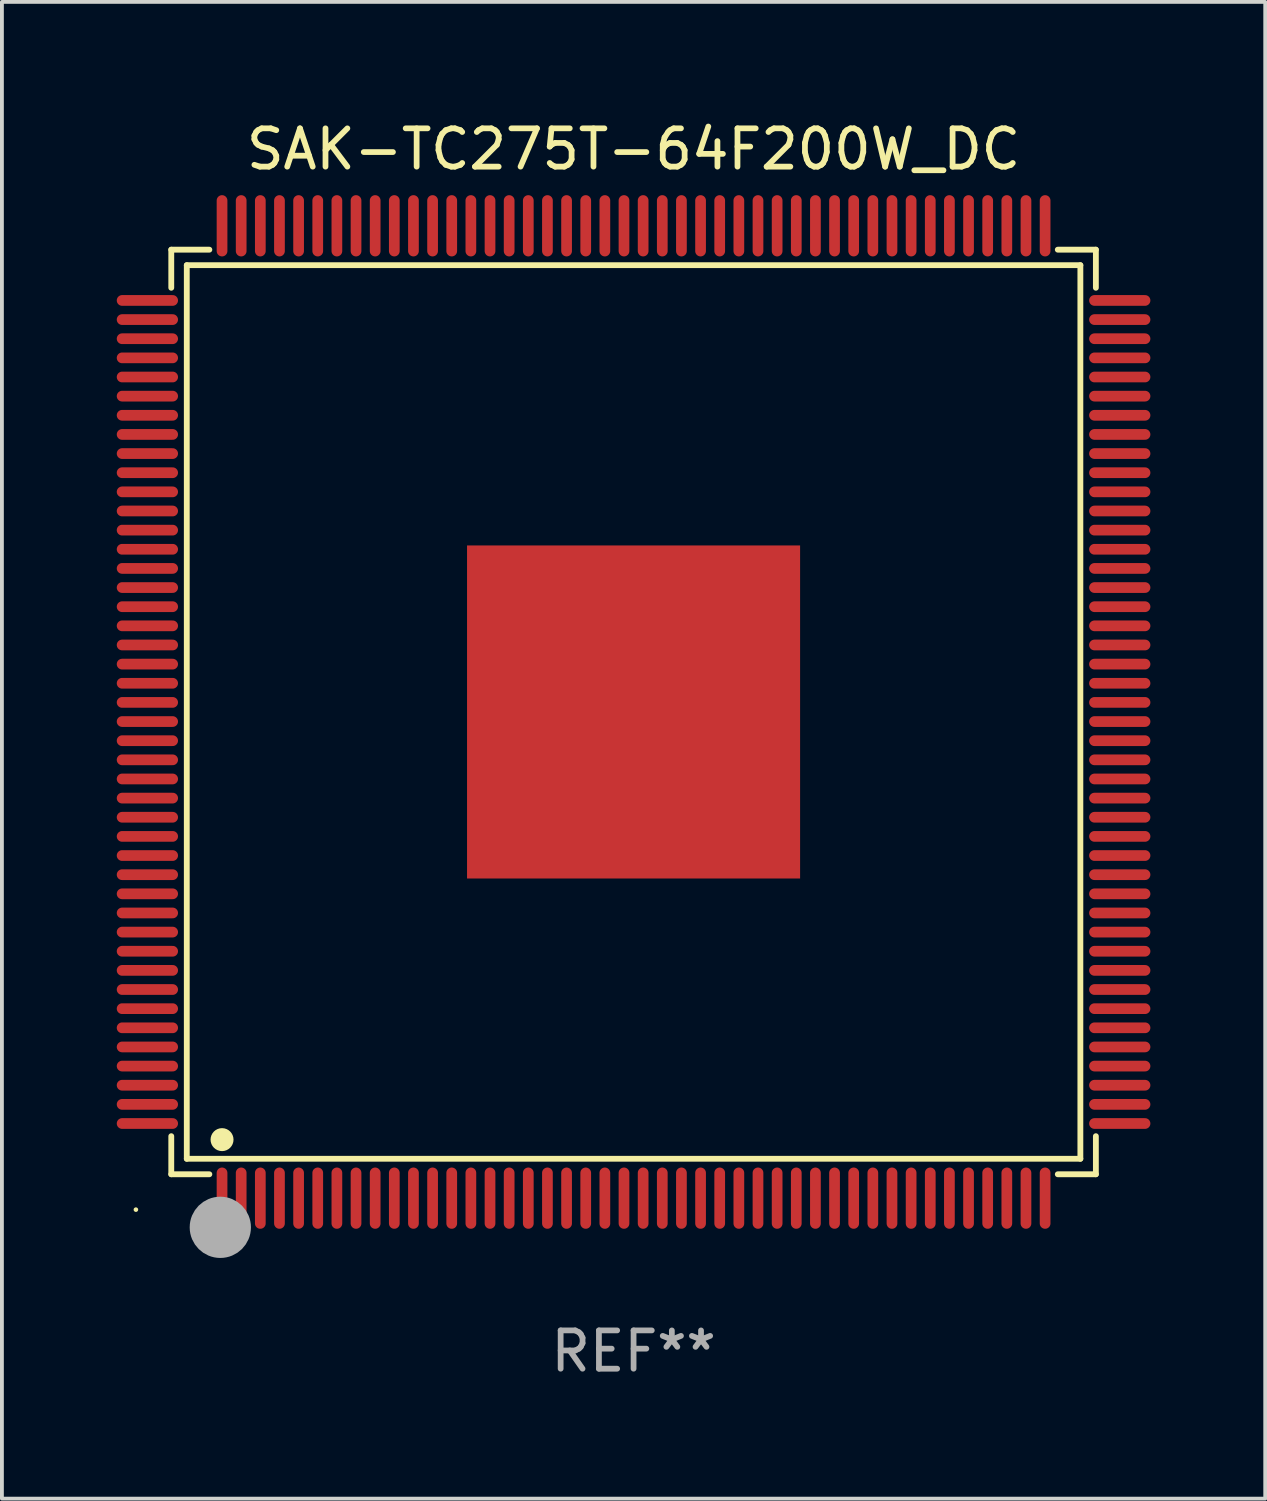
<source format=kicad_pcb>
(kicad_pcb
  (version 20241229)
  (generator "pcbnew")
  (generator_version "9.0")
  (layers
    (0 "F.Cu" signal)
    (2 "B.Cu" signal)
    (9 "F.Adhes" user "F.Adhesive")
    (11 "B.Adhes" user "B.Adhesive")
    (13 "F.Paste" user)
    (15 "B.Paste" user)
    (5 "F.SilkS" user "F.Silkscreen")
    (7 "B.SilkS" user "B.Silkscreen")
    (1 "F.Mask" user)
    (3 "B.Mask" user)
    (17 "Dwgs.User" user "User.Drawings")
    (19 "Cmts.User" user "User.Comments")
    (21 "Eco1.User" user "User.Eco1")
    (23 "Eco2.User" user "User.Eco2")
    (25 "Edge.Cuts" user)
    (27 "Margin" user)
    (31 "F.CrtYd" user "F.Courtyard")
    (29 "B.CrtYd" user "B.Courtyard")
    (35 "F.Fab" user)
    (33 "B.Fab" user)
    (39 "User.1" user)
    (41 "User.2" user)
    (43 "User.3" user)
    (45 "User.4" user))
  (footprint "SAK-TC275T-64F200W_DC"
    (layer "F.Cu")
    (at 13.5 15.548)
    (property "Reference" "SAK-TC275T-64F200W_DC" (at 0 -14.7 0) (layer "F.SilkS") (effects (font (size 1 1) (thickness 0.15))))
    (attr through_hole)
    (fp_line (start -12.076 -12.076) (end -11.081 -12.076) (stroke (width 0.152) (type solid)) (layer "F.SilkS"))
    (fp_line (start -12.076 -11.081) (end -12.076 -12.076) (stroke (width 0.152) (type solid)) (layer "F.SilkS"))
    (fp_line (start -12.076 11.081) (end -12.076 12.076) (stroke (width 0.152) (type solid)) (layer "F.SilkS"))
    (fp_line (start -12.076 12.076) (end -11.081 12.076) (stroke (width 0.152) (type solid)) (layer "F.SilkS"))
    (fp_line (start -11.671 -11.671) (end 11.671 -11.671) (stroke (width 0.152) (type solid)) (layer "F.SilkS"))
    (fp_line (start -11.671 11.671) (end -11.671 -11.671) (stroke (width 0.152) (type solid)) (layer "F.SilkS"))
    (fp_line (start 11.671 -11.671) (end 11.671 11.671) (stroke (width 0.152) (type solid)) (layer "F.SilkS"))
    (fp_line (start 11.671 11.671) (end -11.671 11.671) (stroke (width 0.152) (type solid)) (layer "F.SilkS"))
    (fp_line (start 12.076 -12.076) (end 11.081 -12.076) (stroke (width 0.152) (type solid)) (layer "F.SilkS"))
    (fp_line (start 12.076 -11.081) (end 12.076 -12.076) (stroke (width 0.152) (type solid)) (layer "F.SilkS"))
    (fp_line (start 12.076 11.081) (end 12.076 12.076) (stroke (width 0.152) (type solid)) (layer "F.SilkS"))
    (fp_line (start 12.076 12.076) (end 11.081 12.076) (stroke (width 0.152) (type solid)) (layer "F.SilkS"))
    (fp_circle (center -13 13) (end -12.97 13) (stroke (width 0.06) (type solid)) (fill no) (layer "F.SilkS"))
    (fp_circle (center -10.75 11.171) (end -10.6 11.171) (stroke (width 0.3) (type solid)) (fill no) (layer "F.SilkS"))
    (fp_circle (center -10.75 13.8) (end -10.65 13.8) (stroke (width 0.2) (type solid)) (fill no) (layer "F.SilkS"))
    (fp_circle (center -10.795 13.462) (end -10.395 13.462) (stroke (width 0.8) (type solid)) (fill no) (layer "F.Fab"))
    (fp_text user "REF**" (at 0 16.7 0) (layer "F.Fab") (effects (font (size 1 1) (thickness 0.15))))
    (pad "1" smd oval (at -10.75 12.7) (size 0.28 1.6) (layers "F.Cu" "F.Mask" "F.Paste"))
    (pad "2" smd oval (at -10.25 12.7) (size 0.28 1.6) (layers "F.Cu" "F.Mask" "F.Paste"))
    (pad "3" smd oval (at -9.75 12.7) (size 0.28 1.6) (layers "F.Cu" "F.Mask" "F.Paste"))
    (pad "4" smd oval (at -9.25 12.7) (size 0.28 1.6) (layers "F.Cu" "F.Mask" "F.Paste"))
    (pad "5" smd oval (at -8.75 12.7) (size 0.28 1.6) (layers "F.Cu" "F.Mask" "F.Paste"))
    (pad "6" smd oval (at -8.25 12.7) (size 0.28 1.6) (layers "F.Cu" "F.Mask" "F.Paste"))
    (pad "7" smd oval (at -7.75 12.7) (size 0.28 1.6) (layers "F.Cu" "F.Mask" "F.Paste"))
    (pad "8" smd oval (at -7.25 12.7) (size 0.28 1.6) (layers "F.Cu" "F.Mask" "F.Paste"))
    (pad "9" smd oval (at -6.75 12.7) (size 0.28 1.6) (layers "F.Cu" "F.Mask" "F.Paste"))
    (pad "10" smd oval (at -6.25 12.7) (size 0.28 1.6) (layers "F.Cu" "F.Mask" "F.Paste"))
    (pad "11" smd oval (at -5.75 12.7) (size 0.28 1.6) (layers "F.Cu" "F.Mask" "F.Paste"))
    (pad "12" smd oval (at -5.25 12.7) (size 0.28 1.6) (layers "F.Cu" "F.Mask" "F.Paste"))
    (pad "13" smd oval (at -4.75 12.7) (size 0.28 1.6) (layers "F.Cu" "F.Mask" "F.Paste"))
    (pad "14" smd oval (at -4.25 12.7) (size 0.28 1.6) (layers "F.Cu" "F.Mask" "F.Paste"))
    (pad "15" smd oval (at -3.75 12.7) (size 0.28 1.6) (layers "F.Cu" "F.Mask" "F.Paste"))
    (pad "16" smd oval (at -3.25 12.7) (size 0.28 1.6) (layers "F.Cu" "F.Mask" "F.Paste"))
    (pad "17" smd oval (at -2.75 12.7) (size 0.28 1.6) (layers "F.Cu" "F.Mask" "F.Paste"))
    (pad "18" smd oval (at -2.25 12.7) (size 0.28 1.6) (layers "F.Cu" "F.Mask" "F.Paste"))
    (pad "19" smd oval (at -1.75 12.7) (size 0.28 1.6) (layers "F.Cu" "F.Mask" "F.Paste"))
    (pad "20" smd oval (at -1.25 12.7) (size 0.28 1.6) (layers "F.Cu" "F.Mask" "F.Paste"))
    (pad "21" smd oval (at -0.75 12.7) (size 0.28 1.6) (layers "F.Cu" "F.Mask" "F.Paste"))
    (pad "22" smd oval (at -0.25 12.7) (size 0.28 1.6) (layers "F.Cu" "F.Mask" "F.Paste"))
    (pad "23" smd oval (at 0.25 12.7) (size 0.28 1.6) (layers "F.Cu" "F.Mask" "F.Paste"))
    (pad "24" smd oval (at 0.75 12.7) (size 0.28 1.6) (layers "F.Cu" "F.Mask" "F.Paste"))
    (pad "25" smd oval (at 1.25 12.7) (size 0.28 1.6) (layers "F.Cu" "F.Mask" "F.Paste"))
    (pad "26" smd oval (at 1.75 12.7) (size 0.28 1.6) (layers "F.Cu" "F.Mask" "F.Paste"))
    (pad "27" smd oval (at 2.25 12.7) (size 0.28 1.6) (layers "F.Cu" "F.Mask" "F.Paste"))
    (pad "28" smd oval (at 2.75 12.7) (size 0.28 1.6) (layers "F.Cu" "F.Mask" "F.Paste"))
    (pad "29" smd oval (at 3.25 12.7) (size 0.28 1.6) (layers "F.Cu" "F.Mask" "F.Paste"))
    (pad "30" smd oval (at 3.75 12.7) (size 0.28 1.6) (layers "F.Cu" "F.Mask" "F.Paste"))
    (pad "31" smd oval (at 4.25 12.7) (size 0.28 1.6) (layers "F.Cu" "F.Mask" "F.Paste"))
    (pad "32" smd oval (at 4.75 12.7) (size 0.28 1.6) (layers "F.Cu" "F.Mask" "F.Paste"))
    (pad "33" smd oval (at 5.25 12.7) (size 0.28 1.6) (layers "F.Cu" "F.Mask" "F.Paste"))
    (pad "34" smd oval (at 5.75 12.7) (size 0.28 1.6) (layers "F.Cu" "F.Mask" "F.Paste"))
    (pad "35" smd oval (at 6.25 12.7) (size 0.28 1.6) (layers "F.Cu" "F.Mask" "F.Paste"))
    (pad "36" smd oval (at 6.75 12.7) (size 0.28 1.6) (layers "F.Cu" "F.Mask" "F.Paste"))
    (pad "37" smd oval (at 7.25 12.7) (size 0.28 1.6) (layers "F.Cu" "F.Mask" "F.Paste"))
    (pad "38" smd oval (at 7.75 12.7) (size 0.28 1.6) (layers "F.Cu" "F.Mask" "F.Paste"))
    (pad "39" smd oval (at 8.25 12.7) (size 0.28 1.6) (layers "F.Cu" "F.Mask" "F.Paste"))
    (pad "40" smd oval (at 8.75 12.7) (size 0.28 1.6) (layers "F.Cu" "F.Mask" "F.Paste"))
    (pad "41" smd oval (at 9.25 12.7) (size 0.28 1.6) (layers "F.Cu" "F.Mask" "F.Paste"))
    (pad "42" smd oval (at 9.75 12.7) (size 0.28 1.6) (layers "F.Cu" "F.Mask" "F.Paste"))
    (pad "43" smd oval (at 10.25 12.7) (size 0.28 1.6) (layers "F.Cu" "F.Mask" "F.Paste"))
    (pad "44" smd oval (at 10.75 12.7) (size 0.28 1.6) (layers "F.Cu" "F.Mask" "F.Paste"))
    (pad "45" smd oval (at 12.7 10.75) (size 1.6 0.28) (layers "F.Cu" "F.Mask" "F.Paste"))
    (pad "46" smd oval (at 12.7 10.25) (size 1.6 0.28) (layers "F.Cu" "F.Mask" "F.Paste"))
    (pad "47" smd oval (at 12.7 9.75) (size 1.6 0.28) (layers "F.Cu" "F.Mask" "F.Paste"))
    (pad "48" smd oval (at 12.7 9.25) (size 1.6 0.28) (layers "F.Cu" "F.Mask" "F.Paste"))
    (pad "49" smd oval (at 12.7 8.75) (size 1.6 0.28) (layers "F.Cu" "F.Mask" "F.Paste"))
    (pad "50" smd oval (at 12.7 8.25) (size 1.6 0.28) (layers "F.Cu" "F.Mask" "F.Paste"))
    (pad "51" smd oval (at 12.7 7.75) (size 1.6 0.28) (layers "F.Cu" "F.Mask" "F.Paste"))
    (pad "52" smd oval (at 12.7 7.25) (size 1.6 0.28) (layers "F.Cu" "F.Mask" "F.Paste"))
    (pad "53" smd oval (at 12.7 6.75) (size 1.6 0.28) (layers "F.Cu" "F.Mask" "F.Paste"))
    (pad "54" smd oval (at 12.7 6.25) (size 1.6 0.28) (layers "F.Cu" "F.Mask" "F.Paste"))
    (pad "55" smd oval (at 12.7 5.75) (size 1.6 0.28) (layers "F.Cu" "F.Mask" "F.Paste"))
    (pad "56" smd oval (at 12.7 5.25) (size 1.6 0.28) (layers "F.Cu" "F.Mask" "F.Paste"))
    (pad "57" smd oval (at 12.7 4.75) (size 1.6 0.28) (layers "F.Cu" "F.Mask" "F.Paste"))
    (pad "58" smd oval (at 12.7 4.25) (size 1.6 0.28) (layers "F.Cu" "F.Mask" "F.Paste"))
    (pad "59" smd oval (at 12.7 3.75) (size 1.6 0.28) (layers "F.Cu" "F.Mask" "F.Paste"))
    (pad "60" smd oval (at 12.7 3.25) (size 1.6 0.28) (layers "F.Cu" "F.Mask" "F.Paste"))
    (pad "61" smd oval (at 12.7 2.75) (size 1.6 0.28) (layers "F.Cu" "F.Mask" "F.Paste"))
    (pad "62" smd oval (at 12.7 2.25) (size 1.6 0.28) (layers "F.Cu" "F.Mask" "F.Paste"))
    (pad "63" smd oval (at 12.7 1.75) (size 1.6 0.28) (layers "F.Cu" "F.Mask" "F.Paste"))
    (pad "64" smd oval (at 12.7 1.25) (size 1.6 0.28) (layers "F.Cu" "F.Mask" "F.Paste"))
    (pad "65" smd oval (at 12.7 0.75) (size 1.6 0.28) (layers "F.Cu" "F.Mask" "F.Paste"))
    (pad "66" smd oval (at 12.7 0.25) (size 1.6 0.28) (layers "F.Cu" "F.Mask" "F.Paste"))
    (pad "67" smd oval (at 12.7 -0.25) (size 1.6 0.28) (layers "F.Cu" "F.Mask" "F.Paste"))
    (pad "68" smd oval (at 12.7 -0.75) (size 1.6 0.28) (layers "F.Cu" "F.Mask" "F.Paste"))
    (pad "69" smd oval (at 12.7 -1.25) (size 1.6 0.28) (layers "F.Cu" "F.Mask" "F.Paste"))
    (pad "70" smd oval (at 12.7 -1.75) (size 1.6 0.28) (layers "F.Cu" "F.Mask" "F.Paste"))
    (pad "71" smd oval (at 12.7 -2.25) (size 1.6 0.28) (layers "F.Cu" "F.Mask" "F.Paste"))
    (pad "72" smd oval (at 12.7 -2.75) (size 1.6 0.28) (layers "F.Cu" "F.Mask" "F.Paste"))
    (pad "73" smd oval (at 12.7 -3.25) (size 1.6 0.28) (layers "F.Cu" "F.Mask" "F.Paste"))
    (pad "74" smd oval (at 12.7 -3.75) (size 1.6 0.28) (layers "F.Cu" "F.Mask" "F.Paste"))
    (pad "75" smd oval (at 12.7 -4.25) (size 1.6 0.28) (layers "F.Cu" "F.Mask" "F.Paste"))
    (pad "76" smd oval (at 12.7 -4.75) (size 1.6 0.28) (layers "F.Cu" "F.Mask" "F.Paste"))
    (pad "77" smd oval (at 12.7 -5.25) (size 1.6 0.28) (layers "F.Cu" "F.Mask" "F.Paste"))
    (pad "78" smd oval (at 12.7 -5.75) (size 1.6 0.28) (layers "F.Cu" "F.Mask" "F.Paste"))
    (pad "79" smd oval (at 12.7 -6.25) (size 1.6 0.28) (layers "F.Cu" "F.Mask" "F.Paste"))
    (pad "80" smd oval (at 12.7 -6.75) (size 1.6 0.28) (layers "F.Cu" "F.Mask" "F.Paste"))
    (pad "81" smd oval (at 12.7 -7.25) (size 1.6 0.28) (layers "F.Cu" "F.Mask" "F.Paste"))
    (pad "82" smd oval (at 12.7 -7.75) (size 1.6 0.28) (layers "F.Cu" "F.Mask" "F.Paste"))
    (pad "83" smd oval (at 12.7 -8.25) (size 1.6 0.28) (layers "F.Cu" "F.Mask" "F.Paste"))
    (pad "84" smd oval (at 12.7 -8.75) (size 1.6 0.28) (layers "F.Cu" "F.Mask" "F.Paste"))
    (pad "85" smd oval (at 12.7 -9.25) (size 1.6 0.28) (layers "F.Cu" "F.Mask" "F.Paste"))
    (pad "86" smd oval (at 12.7 -9.75) (size 1.6 0.28) (layers "F.Cu" "F.Mask" "F.Paste"))
    (pad "87" smd oval (at 12.7 -10.25) (size 1.6 0.28) (layers "F.Cu" "F.Mask" "F.Paste"))
    (pad "88" smd oval (at 12.7 -10.75) (size 1.6 0.28) (layers "F.Cu" "F.Mask" "F.Paste"))
    (pad "89" smd oval (at 10.75 -12.7) (size 0.28 1.6) (layers "F.Cu" "F.Mask" "F.Paste"))
    (pad "90" smd oval (at 10.25 -12.7) (size 0.28 1.6) (layers "F.Cu" "F.Mask" "F.Paste"))
    (pad "91" smd oval (at 9.75 -12.7) (size 0.28 1.6) (layers "F.Cu" "F.Mask" "F.Paste"))
    (pad "92" smd oval (at 9.25 -12.7) (size 0.28 1.6) (layers "F.Cu" "F.Mask" "F.Paste"))
    (pad "93" smd oval (at 8.75 -12.7) (size 0.28 1.6) (layers "F.Cu" "F.Mask" "F.Paste"))
    (pad "94" smd oval (at 8.25 -12.7) (size 0.28 1.6) (layers "F.Cu" "F.Mask" "F.Paste"))
    (pad "95" smd oval (at 7.75 -12.7) (size 0.28 1.6) (layers "F.Cu" "F.Mask" "F.Paste"))
    (pad "96" smd oval (at 7.25 -12.7) (size 0.28 1.6) (layers "F.Cu" "F.Mask" "F.Paste"))
    (pad "97" smd oval (at 6.75 -12.7) (size 0.28 1.6) (layers "F.Cu" "F.Mask" "F.Paste"))
    (pad "98" smd oval (at 6.25 -12.7) (size 0.28 1.6) (layers "F.Cu" "F.Mask" "F.Paste"))
    (pad "99" smd oval (at 5.75 -12.7) (size 0.28 1.6) (layers "F.Cu" "F.Mask" "F.Paste"))
    (pad "100" smd oval (at 5.25 -12.7) (size 0.28 1.6) (layers "F.Cu" "F.Mask" "F.Paste"))
    (pad "101" smd oval (at 4.75 -12.7) (size 0.28 1.6) (layers "F.Cu" "F.Mask" "F.Paste"))
    (pad "102" smd oval (at 4.25 -12.7) (size 0.28 1.6) (layers "F.Cu" "F.Mask" "F.Paste"))
    (pad "103" smd oval (at 3.75 -12.7) (size 0.28 1.6) (layers "F.Cu" "F.Mask" "F.Paste"))
    (pad "104" smd oval (at 3.25 -12.7) (size 0.28 1.6) (layers "F.Cu" "F.Mask" "F.Paste"))
    (pad "105" smd oval (at 2.75 -12.7) (size 0.28 1.6) (layers "F.Cu" "F.Mask" "F.Paste"))
    (pad "106" smd oval (at 2.25 -12.7) (size 0.28 1.6) (layers "F.Cu" "F.Mask" "F.Paste"))
    (pad "107" smd oval (at 1.75 -12.7) (size 0.28 1.6) (layers "F.Cu" "F.Mask" "F.Paste"))
    (pad "108" smd oval (at 1.25 -12.7) (size 0.28 1.6) (layers "F.Cu" "F.Mask" "F.Paste"))
    (pad "109" smd oval (at 0.75 -12.7) (size 0.28 1.6) (layers "F.Cu" "F.Mask" "F.Paste"))
    (pad "110" smd oval (at 0.25 -12.7) (size 0.28 1.6) (layers "F.Cu" "F.Mask" "F.Paste"))
    (pad "111" smd oval (at -0.25 -12.7) (size 0.28 1.6) (layers "F.Cu" "F.Mask" "F.Paste"))
    (pad "112" smd oval (at -0.75 -12.7) (size 0.28 1.6) (layers "F.Cu" "F.Mask" "F.Paste"))
    (pad "113" smd oval (at -1.25 -12.7) (size 0.28 1.6) (layers "F.Cu" "F.Mask" "F.Paste"))
    (pad "114" smd oval (at -1.75 -12.7) (size 0.28 1.6) (layers "F.Cu" "F.Mask" "F.Paste"))
    (pad "115" smd oval (at -2.25 -12.7) (size 0.28 1.6) (layers "F.Cu" "F.Mask" "F.Paste"))
    (pad "116" smd oval (at -2.75 -12.7) (size 0.28 1.6) (layers "F.Cu" "F.Mask" "F.Paste"))
    (pad "117" smd oval (at -3.25 -12.7) (size 0.28 1.6) (layers "F.Cu" "F.Mask" "F.Paste"))
    (pad "118" smd oval (at -3.75 -12.7) (size 0.28 1.6) (layers "F.Cu" "F.Mask" "F.Paste"))
    (pad "119" smd oval (at -4.25 -12.7) (size 0.28 1.6) (layers "F.Cu" "F.Mask" "F.Paste"))
    (pad "120" smd oval (at -4.75 -12.7) (size 0.28 1.6) (layers "F.Cu" "F.Mask" "F.Paste"))
    (pad "121" smd oval (at -5.25 -12.7) (size 0.28 1.6) (layers "F.Cu" "F.Mask" "F.Paste"))
    (pad "122" smd oval (at -5.75 -12.7) (size 0.28 1.6) (layers "F.Cu" "F.Mask" "F.Paste"))
    (pad "123" smd oval (at -6.25 -12.7) (size 0.28 1.6) (layers "F.Cu" "F.Mask" "F.Paste"))
    (pad "124" smd oval (at -6.75 -12.7) (size 0.28 1.6) (layers "F.Cu" "F.Mask" "F.Paste"))
    (pad "125" smd oval (at -7.25 -12.7) (size 0.28 1.6) (layers "F.Cu" "F.Mask" "F.Paste"))
    (pad "126" smd oval (at -7.75 -12.7) (size 0.28 1.6) (layers "F.Cu" "F.Mask" "F.Paste"))
    (pad "127" smd oval (at -8.25 -12.7) (size 0.28 1.6) (layers "F.Cu" "F.Mask" "F.Paste"))
    (pad "128" smd oval (at -8.75 -12.7) (size 0.28 1.6) (layers "F.Cu" "F.Mask" "F.Paste"))
    (pad "129" smd oval (at -9.25 -12.7) (size 0.28 1.6) (layers "F.Cu" "F.Mask" "F.Paste"))
    (pad "130" smd oval (at -9.75 -12.7) (size 0.28 1.6) (layers "F.Cu" "F.Mask" "F.Paste"))
    (pad "131" smd oval (at -10.25 -12.7) (size 0.28 1.6) (layers "F.Cu" "F.Mask" "F.Paste"))
    (pad "132" smd oval (at -10.75 -12.7) (size 0.28 1.6) (layers "F.Cu" "F.Mask" "F.Paste"))
    (pad "133" smd oval (at -12.7 -10.75) (size 1.6 0.28) (layers "F.Cu" "F.Mask" "F.Paste"))
    (pad "134" smd oval (at -12.7 -10.25) (size 1.6 0.28) (layers "F.Cu" "F.Mask" "F.Paste"))
    (pad "135" smd oval (at -12.7 -9.75) (size 1.6 0.28) (layers "F.Cu" "F.Mask" "F.Paste"))
    (pad "136" smd oval (at -12.7 -9.25) (size 1.6 0.28) (layers "F.Cu" "F.Mask" "F.Paste"))
    (pad "137" smd oval (at -12.7 -8.75) (size 1.6 0.28) (layers "F.Cu" "F.Mask" "F.Paste"))
    (pad "138" smd oval (at -12.7 -8.25) (size 1.6 0.28) (layers "F.Cu" "F.Mask" "F.Paste"))
    (pad "139" smd oval (at -12.7 -7.75) (size 1.6 0.28) (layers "F.Cu" "F.Mask" "F.Paste"))
    (pad "140" smd oval (at -12.7 -7.25) (size 1.6 0.28) (layers "F.Cu" "F.Mask" "F.Paste"))
    (pad "141" smd oval (at -12.7 -6.75) (size 1.6 0.28) (layers "F.Cu" "F.Mask" "F.Paste"))
    (pad "142" smd oval (at -12.7 -6.25) (size 1.6 0.28) (layers "F.Cu" "F.Mask" "F.Paste"))
    (pad "143" smd oval (at -12.7 -5.75) (size 1.6 0.28) (layers "F.Cu" "F.Mask" "F.Paste"))
    (pad "144" smd oval (at -12.7 -5.25) (size 1.6 0.28) (layers "F.Cu" "F.Mask" "F.Paste"))
    (pad "145" smd oval (at -12.7 -4.75) (size 1.6 0.28) (layers "F.Cu" "F.Mask" "F.Paste"))
    (pad "146" smd oval (at -12.7 -4.25) (size 1.6 0.28) (layers "F.Cu" "F.Mask" "F.Paste"))
    (pad "147" smd oval (at -12.7 -3.75) (size 1.6 0.28) (layers "F.Cu" "F.Mask" "F.Paste"))
    (pad "148" smd oval (at -12.7 -3.25) (size 1.6 0.28) (layers "F.Cu" "F.Mask" "F.Paste"))
    (pad "149" smd oval (at -12.7 -2.75) (size 1.6 0.28) (layers "F.Cu" "F.Mask" "F.Paste"))
    (pad "150" smd oval (at -12.7 -2.25) (size 1.6 0.28) (layers "F.Cu" "F.Mask" "F.Paste"))
    (pad "151" smd oval (at -12.7 -1.75) (size 1.6 0.28) (layers "F.Cu" "F.Mask" "F.Paste"))
    (pad "152" smd oval (at -12.7 -1.25) (size 1.6 0.28) (layers "F.Cu" "F.Mask" "F.Paste"))
    (pad "153" smd oval (at -12.7 -0.75) (size 1.6 0.28) (layers "F.Cu" "F.Mask" "F.Paste"))
    (pad "154" smd oval (at -12.7 -0.25) (size 1.6 0.28) (layers "F.Cu" "F.Mask" "F.Paste"))
    (pad "155" smd oval (at -12.7 0.25) (size 1.6 0.28) (layers "F.Cu" "F.Mask" "F.Paste"))
    (pad "156" smd oval (at -12.7 0.75) (size 1.6 0.28) (layers "F.Cu" "F.Mask" "F.Paste"))
    (pad "157" smd oval (at -12.7 1.25) (size 1.6 0.28) (layers "F.Cu" "F.Mask" "F.Paste"))
    (pad "158" smd oval (at -12.7 1.75) (size 1.6 0.28) (layers "F.Cu" "F.Mask" "F.Paste"))
    (pad "159" smd oval (at -12.7 2.25) (size 1.6 0.28) (layers "F.Cu" "F.Mask" "F.Paste"))
    (pad "160" smd oval (at -12.7 2.75) (size 1.6 0.28) (layers "F.Cu" "F.Mask" "F.Paste"))
    (pad "161" smd oval (at -12.7 3.25) (size 1.6 0.28) (layers "F.Cu" "F.Mask" "F.Paste"))
    (pad "162" smd oval (at -12.7 3.75) (size 1.6 0.28) (layers "F.Cu" "F.Mask" "F.Paste"))
    (pad "163" smd oval (at -12.7 4.25) (size 1.6 0.28) (layers "F.Cu" "F.Mask" "F.Paste"))
    (pad "164" smd oval (at -12.7 4.75) (size 1.6 0.28) (layers "F.Cu" "F.Mask" "F.Paste"))
    (pad "165" smd oval (at -12.7 5.25) (size 1.6 0.28) (layers "F.Cu" "F.Mask" "F.Paste"))
    (pad "166" smd oval (at -12.7 5.75) (size 1.6 0.28) (layers "F.Cu" "F.Mask" "F.Paste"))
    (pad "167" smd oval (at -12.7 6.25) (size 1.6 0.28) (layers "F.Cu" "F.Mask" "F.Paste"))
    (pad "168" smd oval (at -12.7 6.75) (size 1.6 0.28) (layers "F.Cu" "F.Mask" "F.Paste"))
    (pad "169" smd oval (at -12.7 7.25) (size 1.6 0.28) (layers "F.Cu" "F.Mask" "F.Paste"))
    (pad "170" smd oval (at -12.7 7.75) (size 1.6 0.28) (layers "F.Cu" "F.Mask" "F.Paste"))
    (pad "171" smd oval (at -12.7 8.25) (size 1.6 0.28) (layers "F.Cu" "F.Mask" "F.Paste"))
    (pad "172" smd oval (at -12.7 8.75) (size 1.6 0.28) (layers "F.Cu" "F.Mask" "F.Paste"))
    (pad "173" smd oval (at -12.7 9.25) (size 1.6 0.28) (layers "F.Cu" "F.Mask" "F.Paste"))
    (pad "174" smd oval (at -12.7 9.75) (size 1.6 0.28) (layers "F.Cu" "F.Mask" "F.Paste"))
    (pad "175" smd oval (at -12.7 10.25) (size 1.6 0.28) (layers "F.Cu" "F.Mask" "F.Paste"))
    (pad "176" smd oval (at -12.7 10.75) (size 1.6 0.28) (layers "F.Cu" "F.Mask" "F.Paste"))
    (pad "177" smd rect (at 0 0) (size 8.7 8.7) (layers "F.Cu" "F.Mask" "F.Paste")))
  (gr_rect
    (start -3 -3)
    (end 30 36.097)
    (stroke (width 0.1) (type default))
    (fill no)
    (layer "Edge.Cuts")))
</source>
